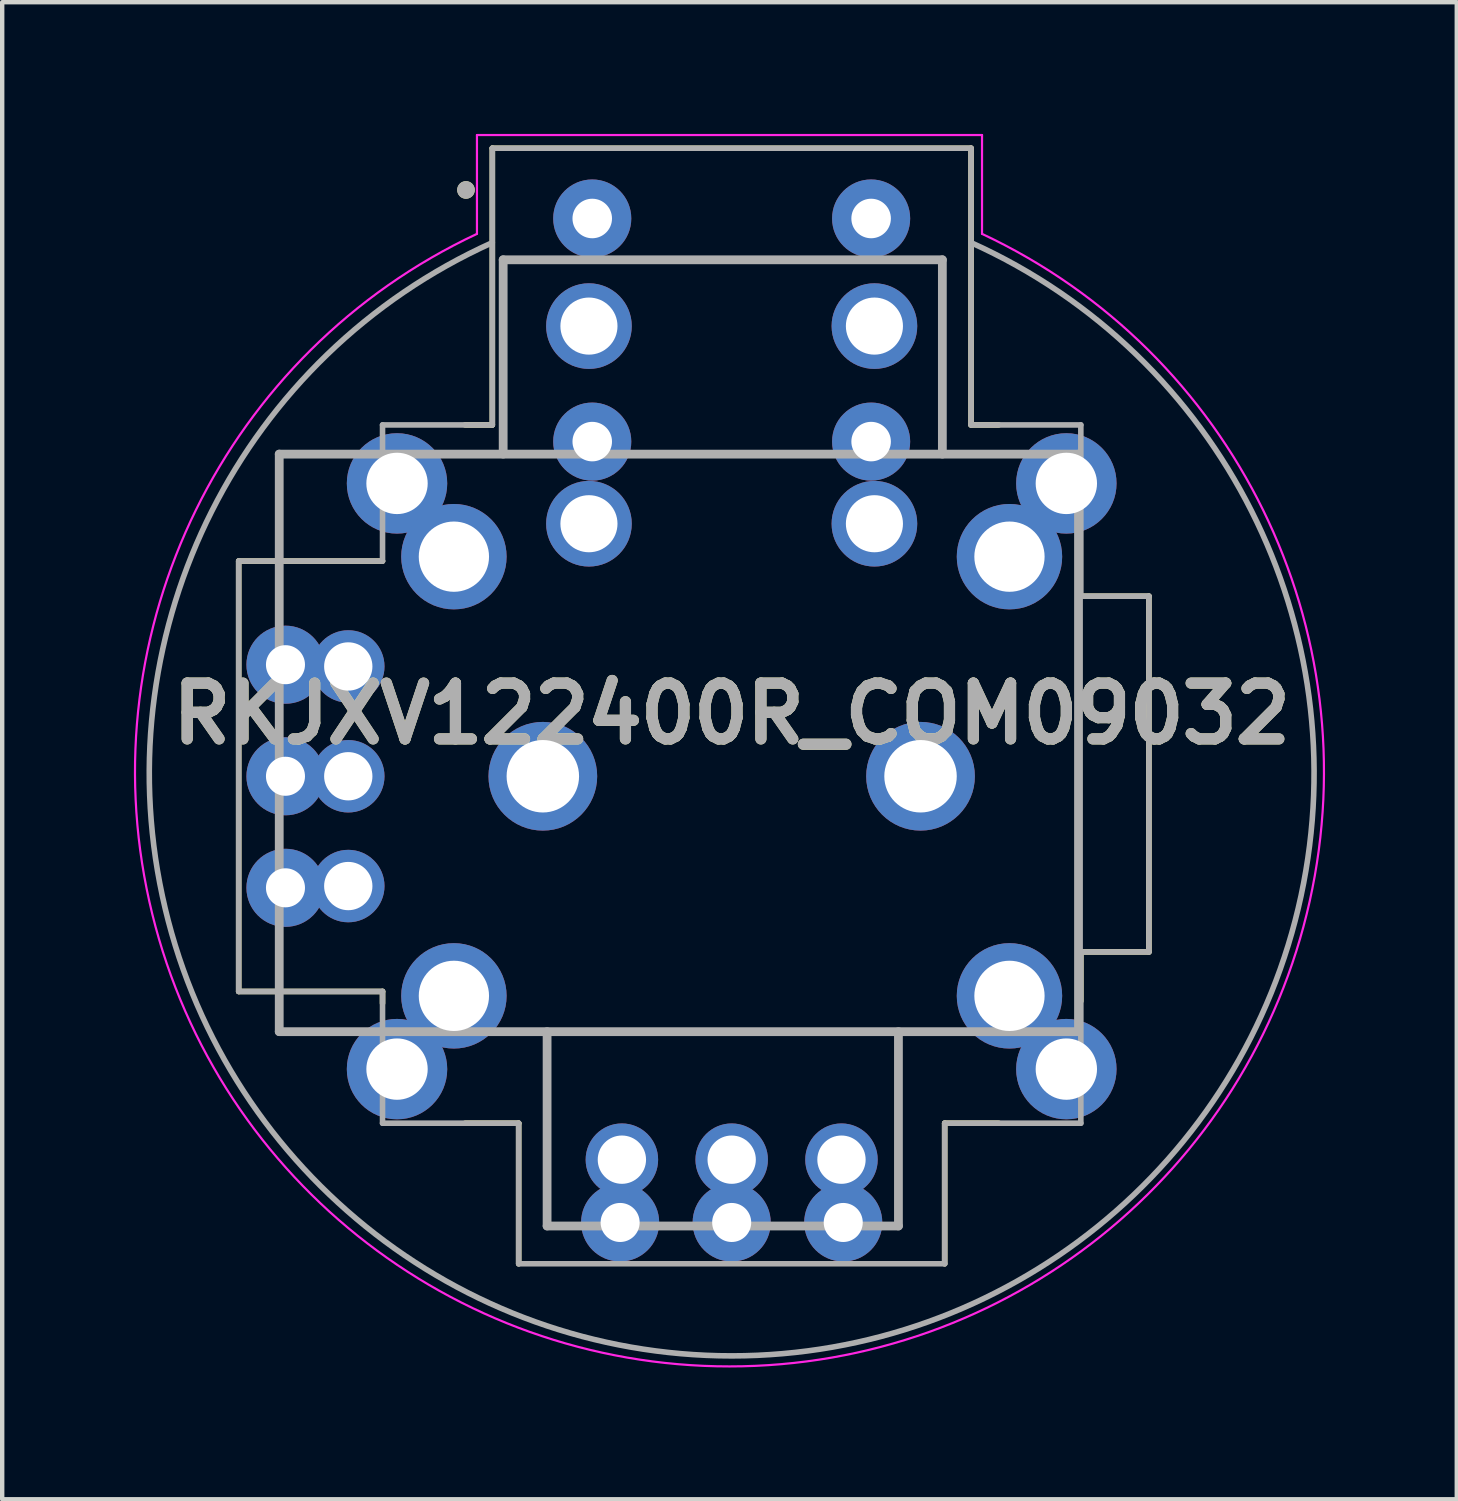
<source format=kicad_pcb>
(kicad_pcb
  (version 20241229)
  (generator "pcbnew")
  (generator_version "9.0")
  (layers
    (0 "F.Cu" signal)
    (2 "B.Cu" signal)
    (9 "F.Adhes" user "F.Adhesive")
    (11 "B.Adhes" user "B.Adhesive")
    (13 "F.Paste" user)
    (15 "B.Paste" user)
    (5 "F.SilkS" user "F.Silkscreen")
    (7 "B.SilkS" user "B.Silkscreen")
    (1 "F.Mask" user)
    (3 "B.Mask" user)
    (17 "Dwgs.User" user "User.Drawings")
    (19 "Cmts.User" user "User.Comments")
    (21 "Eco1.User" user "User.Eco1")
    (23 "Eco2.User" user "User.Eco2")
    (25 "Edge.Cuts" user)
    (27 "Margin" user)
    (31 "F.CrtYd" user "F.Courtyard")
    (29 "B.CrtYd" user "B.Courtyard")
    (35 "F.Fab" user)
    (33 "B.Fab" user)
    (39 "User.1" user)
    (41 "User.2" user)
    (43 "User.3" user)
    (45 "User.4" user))
  (footprint "RKJXV122400R_COM09032"
    (layer "F.Cu")
    (at 13.61 14.625)
    (property "Reference" "RKJXV122400R_COM09032" (at 0 -1.425 180) (layer "F.SilkS") (effects (font (size 1.27 1.27) (thickness 0.254))))
    (attr through_hole)
    (fp_line (start -11.225 -4.9) (end -7.95 -4.9) (stroke (width 0.127) (type solid)) (layer "F.SilkS"))
    (fp_line (start -11.225 4.9) (end -11.225 -4.9) (stroke (width 0.127) (type solid)) (layer "F.SilkS"))
    (fp_line (start -7.95 4.9) (end -11.225 4.9) (stroke (width 0.127) (type solid)) (layer "F.SilkS"))
    (fp_line (start -7.95 5.17) (end -7.95 4.9) (stroke (width 0.127) (type solid)) (layer "F.SilkS"))
    (fp_line (start -6.07 -8) (end -5.45 -8) (stroke (width 0.127) (type solid)) (layer "F.SilkS"))
    (fp_line (start -5.45 -14.3) (end 5.45 -14.3) (stroke (width 0.127) (type solid)) (layer "F.SilkS"))
    (fp_line (start -5.45 -8) (end -5.45 -14.3) (stroke (width 0.127) (type solid)) (layer "F.SilkS"))
    (fp_line (start -4.85 7.9) (end -6.07 7.9) (stroke (width 0.127) (type solid)) (layer "F.SilkS"))
    (fp_line (start -4.85 11.1) (end -4.85 7.9) (stroke (width 0.127) (type solid)) (layer "F.SilkS"))
    (fp_line (start 4.85 7.9) (end 4.85 11.1) (stroke (width 0.127) (type solid)) (layer "F.SilkS"))
    (fp_line (start 5.45 -14.3) (end 5.45 -8) (stroke (width 0.127) (type solid)) (layer "F.SilkS"))
    (fp_line (start 5.45 -8) (end 6.08 -8) (stroke (width 0.127) (type solid)) (layer "F.SilkS"))
    (fp_line (start 6.08 7.9) (end 4.85 7.9) (stroke (width 0.127) (type solid)) (layer "F.SilkS"))
    (fp_line (start 7.95 -4.1) (end 9.5 -4.1) (stroke (width 0.127) (type solid)) (layer "F.SilkS"))
    (fp_line (start 7.95 4) (end 7.95 5.12) (stroke (width 0.127) (type solid)) (layer "F.SilkS"))
    (fp_line (start 9.5 -4.1) (end 9.5 4) (stroke (width 0.127) (type solid)) (layer "F.SilkS"))
    (fp_line (start 9.5 4) (end 7.95 4) (stroke (width 0.127) (type solid)) (layer "F.SilkS"))
    (fp_circle (center -6.05 -13.35) (end -5.95 -13.35) (stroke (width 0.2) (type solid)) (fill no) (layer "F.SilkS"))
    (fp_line (start -5.8 -14.6) (end 5.7 -14.6) (stroke (width 0.05) (type solid)) (layer "F.CrtYd"))
    (fp_line (start -5.8 -12.35) (end -5.8 -14.6) (stroke (width 0.05) (type solid)) (layer "F.CrtYd"))
    (fp_line (start 5.7 -14.6) (end 5.7 -12.35) (stroke (width 0.05) (type solid)) (layer "F.CrtYd"))
    (fp_arc (start 5.7 -12.35) (mid -0.05 13.437438) (end -5.8 -12.35) (stroke (width 0.05) (type solid)) (layer "F.CrtYd"))
    (fp_line (start -11.225 -4.9) (end -11.225 4.9) (stroke (width 0.127) (type solid)) (layer "F.Fab"))
    (fp_line (start -10.302 -7.335) (end 7.897 -7.335) (stroke (width 0.2) (type solid)) (layer "F.Fab"))
    (fp_line (start -10.302 5.815) (end -10.302 -7.335) (stroke (width 0.2) (type solid)) (layer "F.Fab"))
    (fp_line (start -7.95 -4.9) (end -11.225 -4.9) (stroke (width 0.127) (type solid)) (layer "F.Fab"))
    (fp_line (start -7.95 -4.9) (end -7.95 -8) (stroke (width 0.127) (type solid)) (layer "F.Fab"))
    (fp_line (start -7.95 4.9) (end -11.225 4.9) (stroke (width 0.127) (type solid)) (layer "F.Fab"))
    (fp_line (start -7.95 4.9) (end -7.95 7.9) (stroke (width 0.127) (type solid)) (layer "F.Fab"))
    (fp_line (start -5.45 -14.3) (end -5.45 -8) (stroke (width 0.127) (type solid)) (layer "F.Fab"))
    (fp_line (start -5.45 -8) (end -7.95 -8) (stroke (width 0.127) (type solid)) (layer "F.Fab"))
    (fp_line (start -5.203 -11.76) (end -5.203 -7.335) (stroke (width 0.2) (type solid)) (layer "F.Fab"))
    (fp_line (start -4.85 7.9) (end -7.95 7.9) (stroke (width 0.127) (type solid)) (layer "F.Fab"))
    (fp_line (start -4.85 11.1) (end -4.85 7.9) (stroke (width 0.127) (type solid)) (layer "F.Fab"))
    (fp_line (start -4.203 10.24) (end -4.203 5.815) (stroke (width 0.2) (type solid)) (layer "F.Fab"))
    (fp_line (start 3.797 5.815) (end 3.797 10.24) (stroke (width 0.2) (type solid)) (layer "F.Fab"))
    (fp_line (start 3.797 10.24) (end -4.203 10.24) (stroke (width 0.2) (type solid)) (layer "F.Fab"))
    (fp_line (start 4.797 -11.76) (end -5.203 -11.76) (stroke (width 0.2) (type solid)) (layer "F.Fab"))
    (fp_line (start 4.797 -7.335) (end 4.797 -11.76) (stroke (width 0.2) (type solid)) (layer "F.Fab"))
    (fp_line (start 4.85 7.9) (end 7.95 7.9) (stroke (width 0.127) (type solid)) (layer "F.Fab"))
    (fp_line (start 4.85 11.1) (end -4.85 11.1) (stroke (width 0.127) (type solid)) (layer "F.Fab"))
    (fp_line (start 4.85 11.1) (end 4.85 7.9) (stroke (width 0.127) (type solid)) (layer "F.Fab"))
    (fp_line (start 5.45 -14.3) (end -5.45 -14.3) (stroke (width 0.127) (type solid)) (layer "F.Fab"))
    (fp_line (start 5.45 -14.3) (end 5.45 -8) (stroke (width 0.127) (type solid)) (layer "F.Fab"))
    (fp_line (start 7.897 -7.335) (end 7.897 5.815) (stroke (width 0.2) (type solid)) (layer "F.Fab"))
    (fp_line (start 7.897 5.815) (end -10.302 5.815) (stroke (width 0.2) (type solid)) (layer "F.Fab"))
    (fp_line (start 7.95 -8) (end 5.45 -8) (stroke (width 0.127) (type solid)) (layer "F.Fab"))
    (fp_line (start 7.95 -4.1) (end 7.95 -8) (stroke (width 0.127) (type solid)) (layer "F.Fab"))
    (fp_line (start 7.95 -4.1) (end 9.5 -4.1) (stroke (width 0.127) (type solid)) (layer "F.Fab"))
    (fp_line (start 7.95 4) (end 7.95 7.9) (stroke (width 0.127) (type solid)) (layer "F.Fab"))
    (fp_line (start 7.95 4) (end 9.5 4) (stroke (width 0.127) (type solid)) (layer "F.Fab"))
    (fp_line (start 9.5 -4.1) (end 9.5 4) (stroke (width 0.127) (type solid)) (layer "F.Fab"))
    (fp_arc (start 5.45 -12.15) (mid 0 13.197504) (end -5.45 -12.15) (stroke (width 0.127) (type solid)) (layer "F.Fab"))
    (fp_circle (center -6.05 -13.35) (end -5.95 -13.35) (stroke (width 0.2) (type solid)) (fill no) (layer "F.Fab"))
    (fp_text user "${REFERENCE}" (at 0 -1.425 180) (layer "F.Fab") (effects (font (size 1.27 1.27) (thickness 0.254))))
    (pad "A1" thru_hole circle (at 3.175 -7.62) (size 1.778 1.778) (drill 0.9) (layers "*.Cu" "*.Mask"))
    (pad "A1" thru_hole circle (at 3.25 -5.75 180) (size 1.95 1.95) (drill 1.3) (layers "*.Cu" "*.Mask"))
    (pad "A11" thru_hole circle (at -10.16 -2.54) (size 1.778 1.778) (drill 0.889) (layers "*.Cu" "*.Mask"))
    (pad "A11" thru_hole circle (at -8.73 -2.5 180) (size 1.65 1.65) (drill 1.1) (layers "*.Cu" "*.Mask"))
    (pad "A12" thru_hole circle (at -10.16 0) (size 1.778 1.778) (drill 0.889) (layers "*.Cu" "*.Mask"))
    (pad "A12" thru_hole circle (at -8.73 0 180) (size 1.65 1.65) (drill 1.1) (layers "*.Cu" "*.Mask"))
    (pad "A13" thru_hole circle (at -10.16 2.54) (size 1.778 1.778) (drill 0.889) (layers "*.Cu" "*.Mask"))
    (pad "A13" thru_hole circle (at -8.73 2.5 180) (size 1.65 1.65) (drill 1.1) (layers "*.Cu" "*.Mask"))
    (pad "B1" thru_hole circle (at 3.175 -12.7) (size 1.778 1.778) (drill 0.9) (layers "*.Cu" "*.Mask"))
    (pad "B1" thru_hole circle (at 3.25 -10.25 180) (size 1.95 1.95) (drill 1.3) (layers "*.Cu" "*.Mask"))
    (pad "B11" thru_hole circle (at -2.54 10.16) (size 1.778 1.778) (drill 0.889) (layers "*.Cu" "*.Mask"))
    (pad "B11" thru_hole circle (at -2.5 8.73 180) (size 1.65 1.65) (drill 1.1) (layers "*.Cu" "*.Mask"))
    (pad "B12" thru_hole circle (at 0 8.73 180) (size 1.65 1.65) (drill 1.1) (layers "*.Cu" "*.Mask"))
    (pad "B12" thru_hole circle (at 0 10.16) (size 1.778 1.778) (drill 0.889) (layers "*.Cu" "*.Mask"))
    (pad "B13" thru_hole circle (at 2.5 8.73 180) (size 1.65 1.65) (drill 1.1) (layers "*.Cu" "*.Mask"))
    (pad "B13" thru_hole circle (at 2.54 10.16) (size 1.778 1.778) (drill 0.889) (layers "*.Cu" "*.Mask"))
    (pad "C1" thru_hole circle (at -3.25 -5.75 180) (size 1.95 1.95) (drill 1.3) (layers "*.Cu" "*.Mask"))
    (pad "C1" thru_hole circle (at -3.175 -7.62) (size 1.778 1.778) (drill 0.9) (layers "*.Cu" "*.Mask"))
    (pad "D1" thru_hole circle (at -3.25 -10.25 180) (size 1.95 1.95) (drill 1.3) (layers "*.Cu" "*.Mask"))
    (pad "D1" thru_hole circle (at -3.175 -12.7) (size 1.778 1.778) (drill 0.9) (layers "*.Cu" "*.Mask"))
    (pad "MH1" thru_hole circle (at 6.325 -5 180) (size 2.4 2.4) (drill 1.6) (layers "*.Cu" "*.Mask"))
    (pad "MH1" thru_hole circle (at 7.62 -6.668) (size 2.286 2.286) (drill 1.397) (layers "*.Cu" "*.Mask"))
    (pad "MH2" thru_hole circle (at 6.325 5 180) (size 2.4 2.4) (drill 1.6) (layers "*.Cu" "*.Mask"))
    (pad "MH2" thru_hole circle (at 7.62 6.668) (size 2.286 2.286) (drill 1.397) (layers "*.Cu" "*.Mask"))
    (pad "MH3" thru_hole circle (at -7.62 -6.668) (size 2.286 2.286) (drill 1.397) (layers "*.Cu" "*.Mask"))
    (pad "MH3" thru_hole circle (at -6.325 -5 180) (size 2.4 2.4) (drill 1.6) (layers "*.Cu" "*.Mask"))
    (pad "MH4" thru_hole circle (at -7.62 6.668) (size 2.286 2.286) (drill 1.397) (layers "*.Cu" "*.Mask"))
    (pad "MH4" thru_hole circle (at -6.325 5 180) (size 2.4 2.4) (drill 1.6) (layers "*.Cu" "*.Mask"))
    (pad "MH5" thru_hole circle (at 4.3 0 180) (size 2.475 2.475) (drill 1.65) (layers "*.Cu" "*.Mask"))
    (pad "MH6" thru_hole circle (at -4.3 0 180) (size 2.475 2.475) (drill 1.65) (layers "*.Cu" "*.Mask")))
  (gr_rect
    (start -3 -3)
    (end 30.12 31.087)
    (stroke (width 0.1) (type default))
    (fill no)
    (layer "Edge.Cuts")))
</source>
